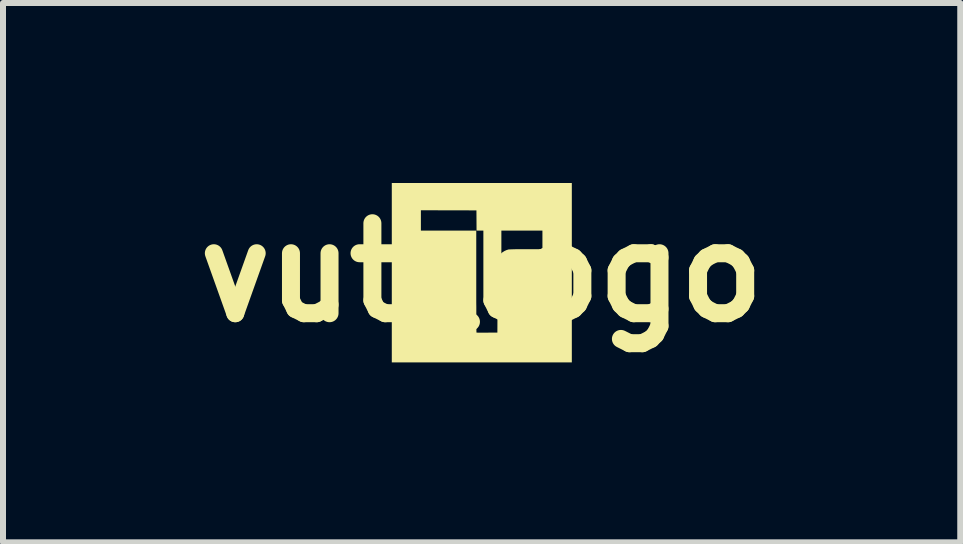
<source format=kicad_pcb>
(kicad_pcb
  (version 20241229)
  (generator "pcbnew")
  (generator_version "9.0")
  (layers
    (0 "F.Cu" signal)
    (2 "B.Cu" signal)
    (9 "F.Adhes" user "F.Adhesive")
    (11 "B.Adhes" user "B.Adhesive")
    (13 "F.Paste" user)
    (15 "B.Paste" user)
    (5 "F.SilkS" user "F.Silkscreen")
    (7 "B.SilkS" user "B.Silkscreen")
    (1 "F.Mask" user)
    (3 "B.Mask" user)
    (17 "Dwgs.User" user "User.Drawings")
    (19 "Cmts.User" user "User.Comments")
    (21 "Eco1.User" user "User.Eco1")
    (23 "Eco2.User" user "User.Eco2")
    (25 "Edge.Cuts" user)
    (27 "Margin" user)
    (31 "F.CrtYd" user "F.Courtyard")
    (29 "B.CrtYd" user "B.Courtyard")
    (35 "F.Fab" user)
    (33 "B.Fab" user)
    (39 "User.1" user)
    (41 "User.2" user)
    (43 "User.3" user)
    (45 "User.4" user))
  (footprint "vut_logo"
    (layer "F.Cu")
    (at 4.979 1.493)
    (property "Reference" "vut_logo" (at 0 0 0) (layer "F.SilkS") (effects (font (size 1.5 1.5) (thickness 0.3))))
    (attr board_only exclude_from_pos_files exclude_from_bom)
    (fp_poly (pts (xy 1.503 0.002) (xy 1.503 1.498) (xy 0.002 1.498) (xy -1.498 1.498) (xy -1.498 0.002) (xy -1.498 -1.038) (xy -1.013 -1.038) (xy -1.013 -0.869) (xy -1.013 -0.699) (xy -0.552 -0.699) (xy -0.09 -0.699) (xy -0.09 0.149) (xy -0.09 0.24) (xy -0.09 0.329) (xy -0.09 0.414) (xy -0.09 0.496) (xy -0.089 0.573) (xy -0.089 0.646) (xy -0.089 0.713) (xy -0.089 0.775) (xy -0.088 0.83) (xy -0.088 0.878) (xy -0.088 0.919) (xy -0.088 0.953) (xy -0.087 0.977) (xy -0.087 0.993) (xy -0.087 1) (xy -0.086 1) (xy -0.081 1.001) (xy -0.066 1.002) (xy -0.044 1.002) (xy -0.016 1.002) (xy 0.018 1.002) (xy 0.056 1.002) (xy 0.09 1.002) (xy 0.262 1.001) (xy 0.265 0.387) (xy 0.267 -0.227) (xy 0.284 -0.261) (xy 0.296 -0.282) (xy 0.312 -0.304) (xy 0.325 -0.319) (xy 0.35 -0.34) (xy 0.381 -0.359) (xy 0.414 -0.374) (xy 0.446 -0.384) (xy 0.449 -0.384) (xy 0.459 -0.385) (xy 0.479 -0.386) (xy 0.508 -0.387) (xy 0.543 -0.388) (xy 0.586 -0.389) (xy 0.634 -0.389) (xy 0.687 -0.389) (xy 0.745 -0.389) (xy 1.013 -0.389) (xy 1.013 -0.544) (xy 1.013 -0.699) (xy 0.464 -0.699) (xy -0.085 -0.699) (xy -0.086 -0.867) (xy -0.087 -1.036) (xy -0.55 -1.037) (xy -1.013 -1.038) (xy -1.498 -1.038) (xy -1.498 -1.493) (xy 0.002 -1.493) (xy 1.503 -1.493)) (stroke (width 0) (type solid)) (fill yes) (layer "F.SilkS")))
  (gr_rect
    (start -3 -3)
    (end 12.957 5.99)
    (stroke (width 0.1) (type default))
    (fill no)
    (layer "Edge.Cuts")))
</source>
